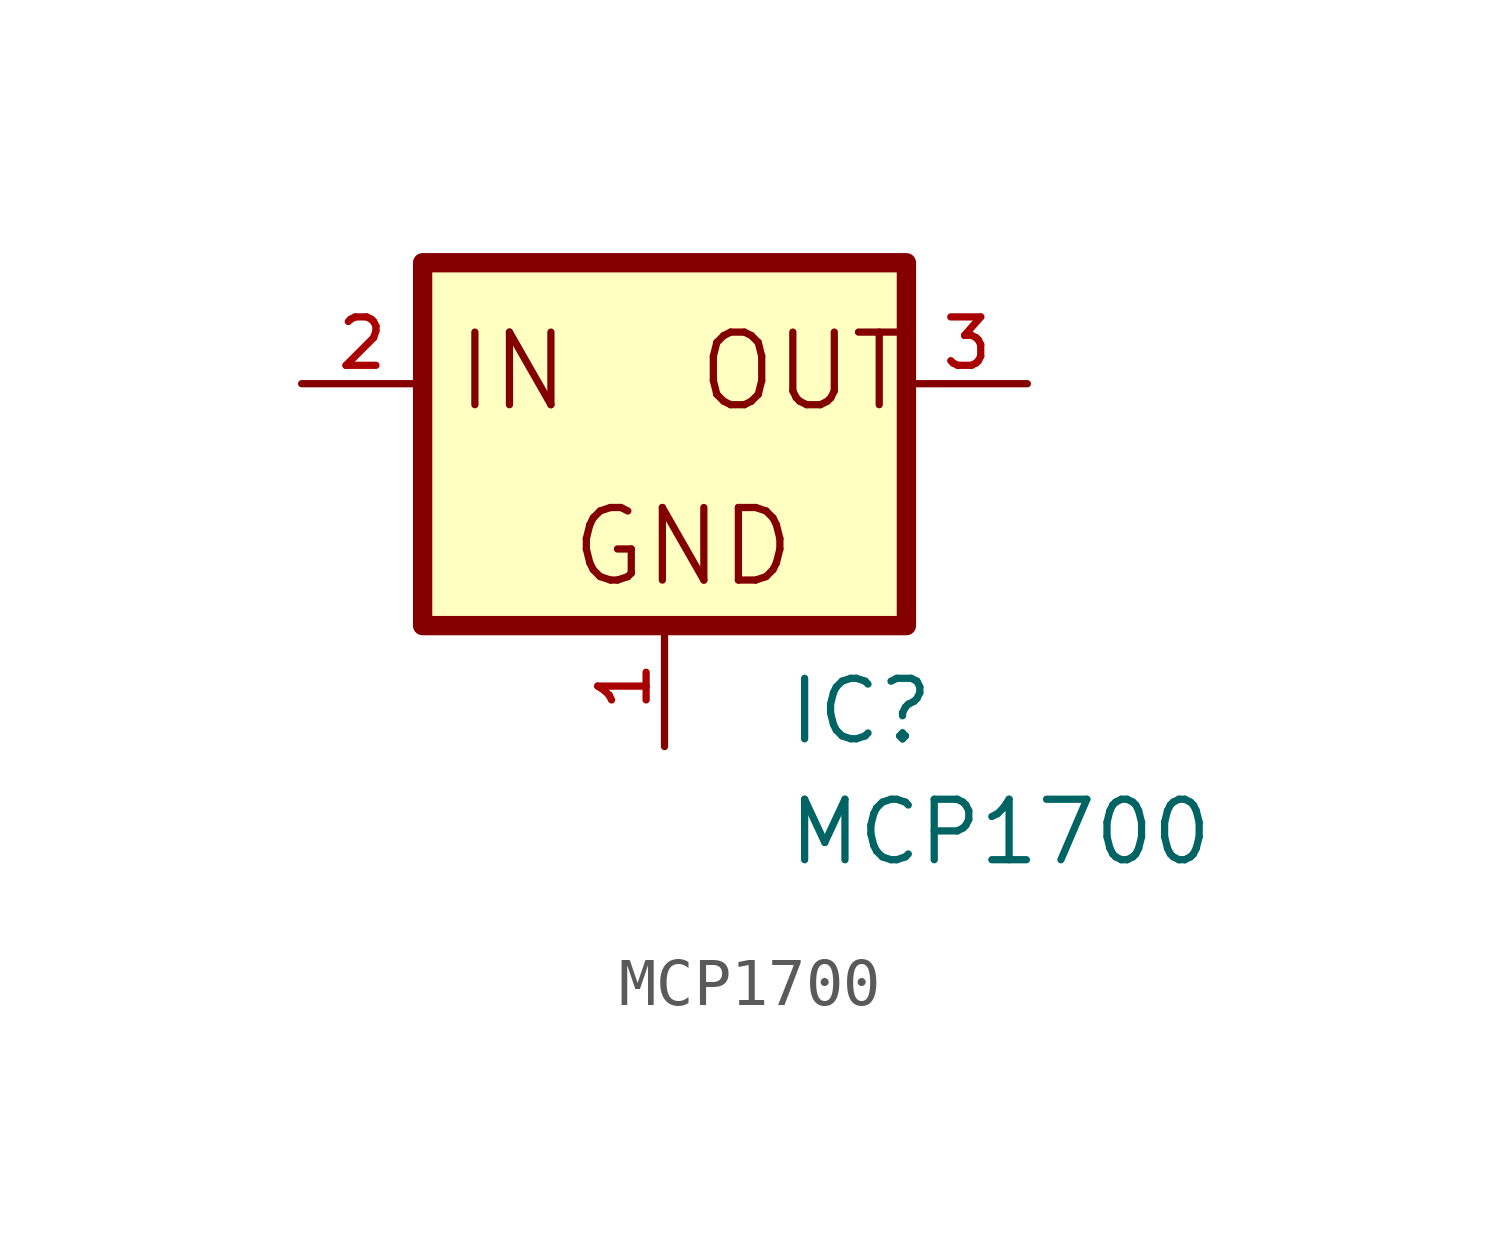
<source format=kicad_sym>
(kicad_symbol_lib
  (version 20211014)
  (generator kicad_symbol_editor)
  (symbol "MCP1700"
    (pin_names
      (offset 1.016))
    (property "Reference" "IC"
      (at 2.54 -7.62 0)
      (effects (font (size 1.27 1.27)) (justify bottom left)))
    (property "Value" "MCP1700"
      (at 2.54 -10.16 0)
      (effects (font (size 1.27 1.27)) (justify bottom left)))
    (symbol "MCP1700_0_0"
      (text "GND" (at -2.032 -4.318 0) (effects (font (size 1.524 1.524)) (justify bottom left)))
      (text "IN" (at -4.445 -0.635 0) (effects (font (size 1.524 1.524)) (justify bottom left)))
      (text "OUT" (at 0.635 -0.635 0) (effects (font (size 1.524 1.524)) (justify bottom left)))
      (rectangle (start -5.08 -5.08) (end 5.08 2.54) (stroke (width 0.406)) (fill (type background)))
      (pin input line (at -7.62 0.0 0) (length 2.54) (name "~" (effects (font (size 1.016 1.016)))) (number "2" (effects (font (size 1.016 1.016)))))
      (pin input line (at 0.0 -7.62 90.0) (length 2.54) (name "~" (effects (font (size 1.016 1.016)))) (number "1" (effects (font (size 1.016 1.016)))))
      (pin passive line (at 7.62 0.0 180.0) (length 2.54) (name "~" (effects (font (size 1.016 1.016)))) (number "3" (effects (font (size 1.016 1.016))))))))
</source>
